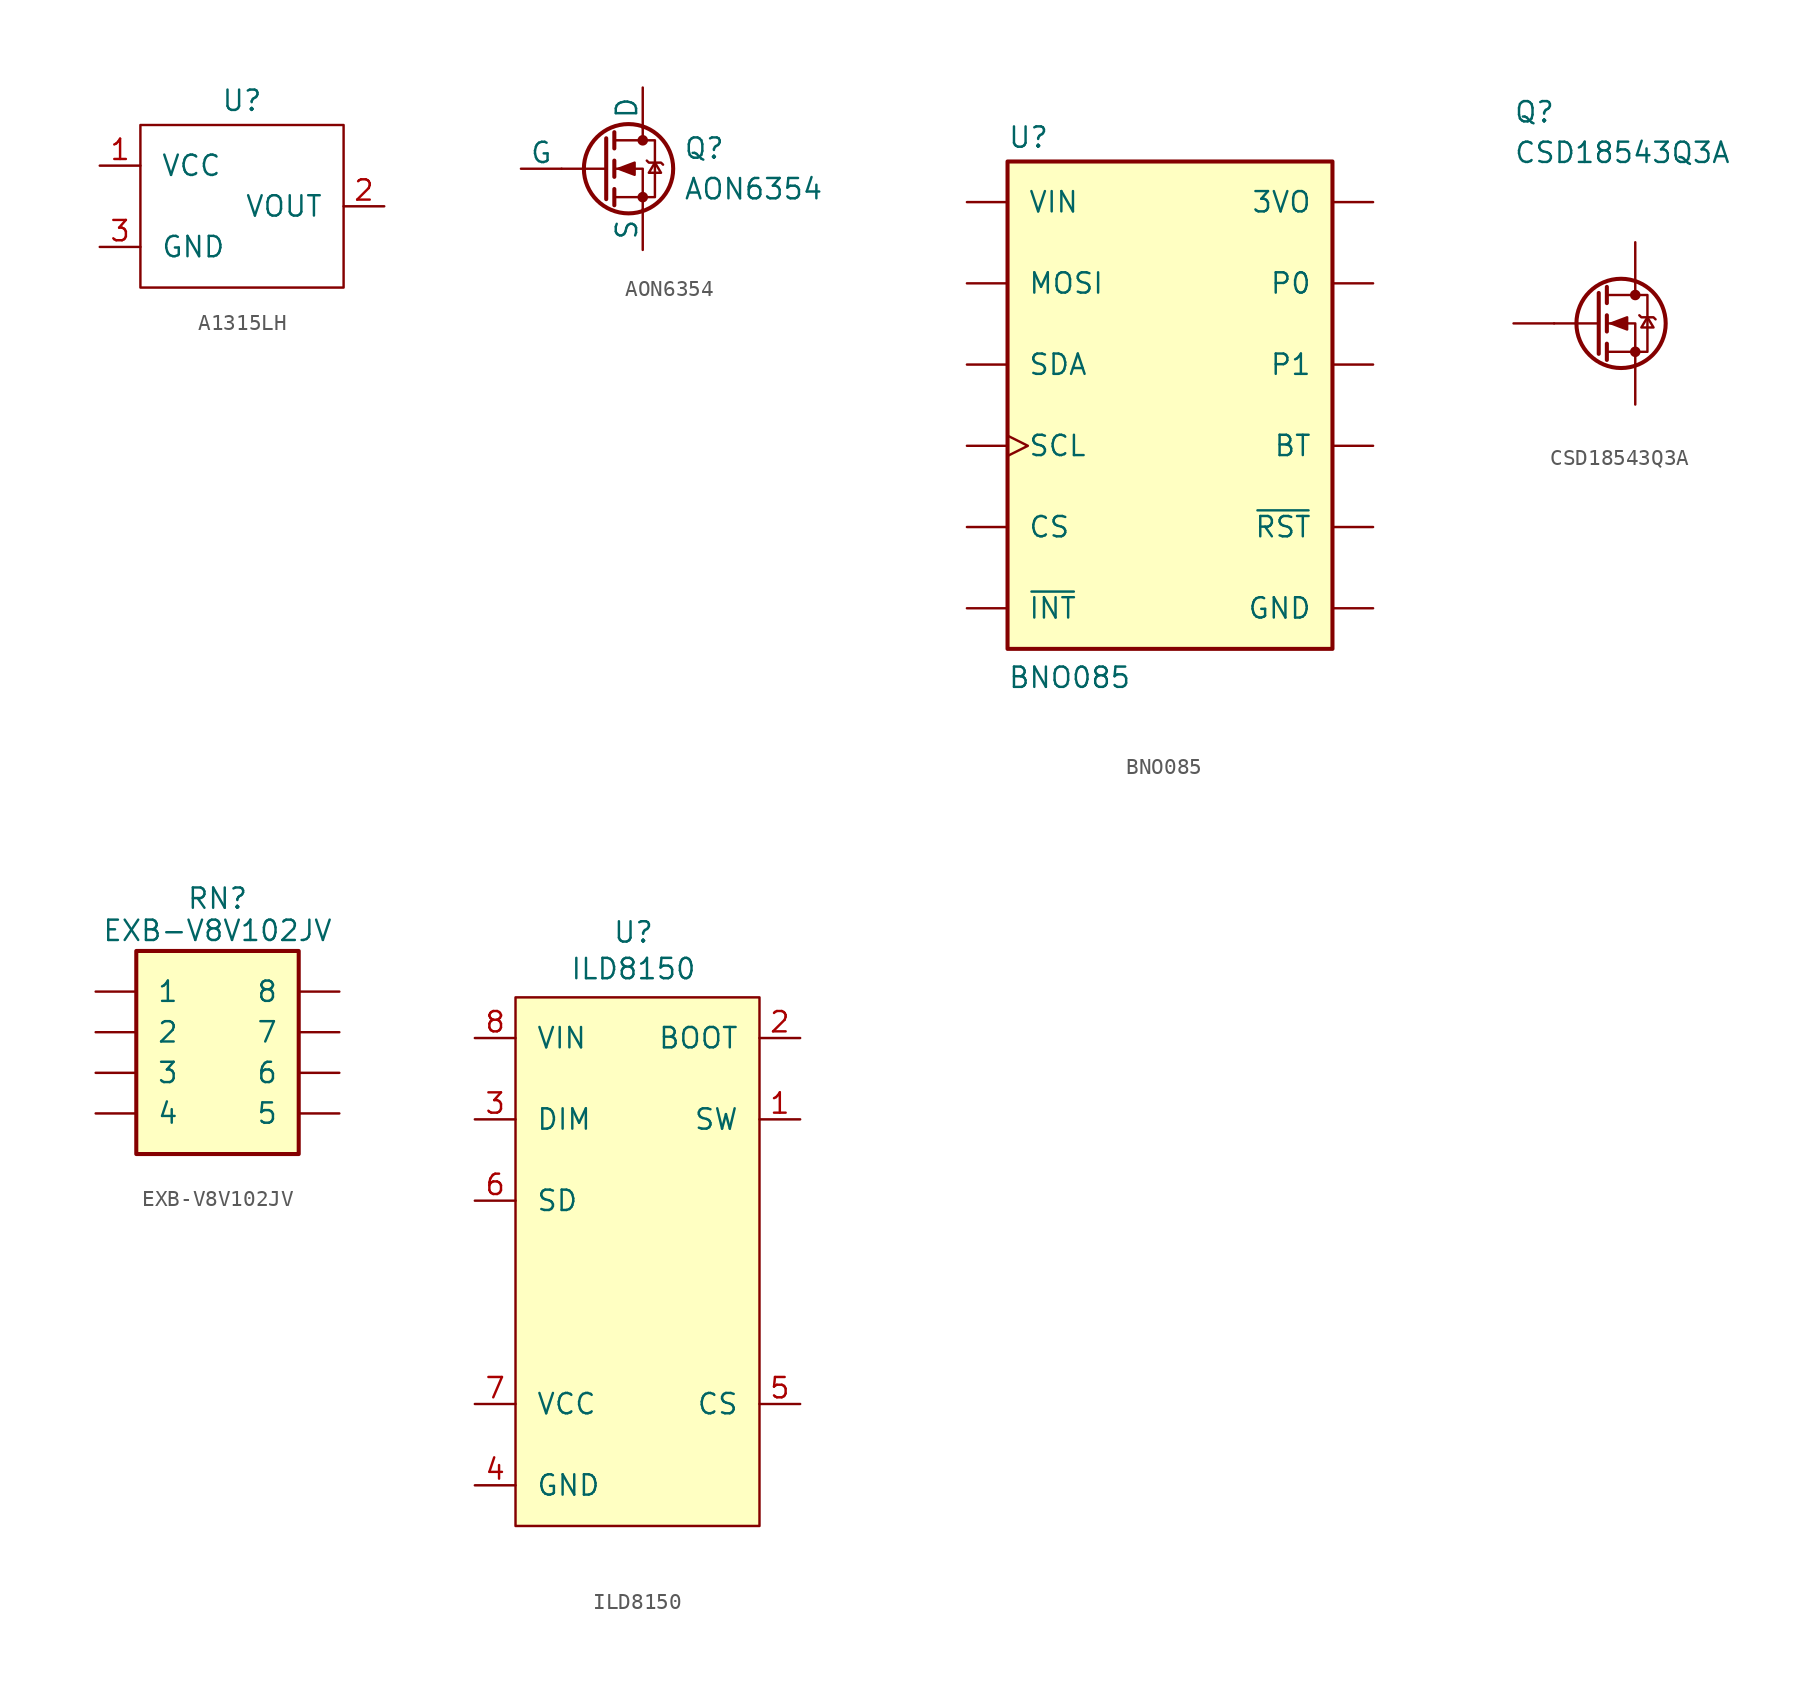
<source format=kicad_sym>
(kicad_symbol_lib
  (version 20231120)
  (generator "kicad_symbol_editor")
  (generator_version "8.0")
  (symbol "A1315LH"
    (pin_names
      (offset 1.27))
    (property "Reference" "U"
      (at 0 1.524 0)
      (effects (font (size 1.27 1.27))))
    (property "Value" ""
      (at -3.81 0 0)
      (effects (font (size 1.27 1.27))))
    (symbol "A1315LH_0_1"
      (rectangle (start -6.35 0) (end 6.35 -10.16) (stroke (width 0) (type default)) (fill (type none))))
    (symbol "A1315LH_1_1"
      (pin input line (at -8.89 -2.54 0) (length 2.54) (name "VCC" (effects (font (size 1.27 1.27)))) (number "1" (effects (font (size 1.27 1.27)))))
      (pin input line (at 8.89 -5.08 180) (length 2.54) (name "VOUT" (effects (font (size 1.27 1.27)))) (number "2" (effects (font (size 1.27 1.27)))))
      (pin input line (at -8.89 -7.62 0) (length 2.54) (name "GND" (effects (font (size 1.27 1.27)))) (number "3" (effects (font (size 1.27 1.27)))))))
  (symbol "AON6354"
    (pin_numbers hide)
    (pin_names
      (offset 0))
    (property "Reference" "Q"
      (at 10.16 1.27 0)
      (effects (font (size 1.27 1.27)) (justify left)))
    (property "Value" "AON6354"
      (at 10.16 -1.27 0)
      (effects (font (size 1.27 1.27)) (justify left)))
    (symbol "AON6354_0_1"
      (polyline (pts (xy 5.334 0) (xy 2.54 0)) (stroke (width 0) (type default)) (fill (type none)))
      (polyline (pts (xy 5.334 1.905) (xy 5.334 -1.905)) (stroke (width 0.254) (type default)) (fill (type none)))
      (polyline (pts (xy 5.842 -1.27) (xy 5.842 -2.286)) (stroke (width 0.254) (type default)) (fill (type none)))
      (polyline (pts (xy 5.842 0.508) (xy 5.842 -0.508)) (stroke (width 0.254) (type default)) (fill (type none)))
      (polyline (pts (xy 5.842 2.286) (xy 5.842 1.27)) (stroke (width 0.254) (type default)) (fill (type none)))
      (polyline (pts (xy 7.62 2.54) (xy 7.62 1.778)) (stroke (width 0) (type default)) (fill (type none)))
      (polyline (pts (xy 7.62 -2.54) (xy 7.62 0) (xy 5.842 0)) (stroke (width 0) (type default)) (fill (type none)))
      (polyline (pts (xy 5.842 -1.778) (xy 8.382 -1.778) (xy 8.382 1.778) (xy 5.842 1.778)) (stroke (width 0) (type default)) (fill (type none)))
      (polyline (pts (xy 6.096 0) (xy 7.112 0.381) (xy 7.112 -0.381) (xy 6.096 0)) (stroke (width 0) (type default)) (fill (type outline)))
      (polyline (pts (xy 7.874 0.508) (xy 8.001 0.381) (xy 8.763 0.381) (xy 8.89 0.254)) (stroke (width 0) (type default)) (fill (type none)))
      (polyline (pts (xy 8.382 0.381) (xy 8.001 -0.254) (xy 8.763 -0.254) (xy 8.382 0.381)) (stroke (width 0) (type default)) (fill (type none)))
      (circle (center 6.731 0) (radius 2.794) (stroke (width 0.254) (type default)) (fill (type none)))
      (circle (center 7.62 -1.778) (radius 0.254) (stroke (width 0) (type default)) (fill (type outline)))
      (circle (center 7.62 1.778) (radius 0.254) (stroke (width 0) (type default)) (fill (type outline))))
    (symbol "AON6354_1_1"
      (pin passive line (at 7.62 -5.08 90) (length 2.54) (name "S" (effects (font (size 1.27 1.27)))) (number "1" (effects (font (size 1.27 1.27)))))
      (pin passive line (at 7.62 -5.08 90) (length 2.54) hide (name "S" (effects (font (size 1.27 1.27)))) (number "2" (effects (font (size 1.27 1.27)))))
      (pin passive line (at 7.62 -5.08 90) (length 2.54) hide (name "S" (effects (font (size 1.27 1.27)))) (number "3" (effects (font (size 1.27 1.27)))))
      (pin input line (at 0 0 0) (length 2.54) (name "G" (effects (font (size 1.27 1.27)))) (number "4" (effects (font (size 1.27 1.27)))))
      (pin passive line (at 7.62 5.08 270) (length 2.54) (name "D" (effects (font (size 1.27 1.27)))) (number "5" (effects (font (size 1.27 1.27)))))
      (pin passive line (at 7.62 5.08 270) (length 2.54) hide (name "D" (effects (font (size 1.27 1.27)))) (number "6" (effects (font (size 1.27 1.27)))))
      (pin passive line (at 7.62 5.08 270) (length 2.54) hide (name "D" (effects (font (size 1.27 1.27)))) (number "7" (effects (font (size 1.27 1.27)))))
      (pin passive line (at 7.62 5.08 270) (length 2.54) hide (name "D" (effects (font (size 1.27 1.27)))) (number "8" (effects (font (size 1.27 1.27)))))
      (pin passive line (at 7.62 5.08 270) (length 2.54) hide (name "D" (effects (font (size 1.27 1.27)))) (number "9" (effects (font (size 1.27 1.27)))))))
  (symbol "BNO085 "
    (pin_numbers hide)
    (pin_names
      (offset 1.27))
    (property "Reference" "U"
      (at -10.16 16.002 0)
      (effects (font (size 1.27 1.27)) (justify left bottom)))
    (property "Value" "BNO085"
      (at -10.16 -17.78 0)
      (effects (font (size 1.27 1.27)) (justify left bottom)))
    (symbol "BNO085 _0_0"
      (rectangle (start -10.16 15.24) (end 10.16 -15.24) (stroke (width 0.254) (type default)) (fill (type background))))
    (symbol "BNO085 _1_0"
      (pin input line (at -12.7 12.7 0) (length 2.54) (name "VIN" (effects (font (size 1.27 1.27)))) (number "JP1_1" (effects (font (size 1.016 1.016)))))
      (pin output line (at 12.7 12.7 180) (length 2.54) (name "3VO" (effects (font (size 1.27 1.27)))) (number "JP1_2" (effects (font (size 1.27 1.27)))))
      (pin power_in line (at 12.7 -12.7 180) (length 2.54) (name "GND" (effects (font (size 1.27 1.27)))) (number "JP1_3" (effects (font (size 1.016 1.016)))))
      (pin bidirectional clock (at -12.7 -2.54 0) (length 2.54) (name "SCL" (effects (font (size 1.27 1.27)))) (number "JP1_4" (effects (font (size 1.27 1.27)))) (alternate "SCK" bidirectional clock))
      (pin bidirectional line (at -12.7 2.54 0) (length 2.54) (name "SDA" (effects (font (size 1.27 1.27)))) (number "JP1_5" (effects (font (size 1.27 1.27)))) (alternate "MISO" bidirectional line))
      (pin output line (at -12.7 -12.7 0) (length 2.54) (name "~{INT}" (effects (font (size 1.27 1.27)))) (number "JP1_6" (effects (font (size 1.27 1.27)))))
      (pin input line (at 12.7 -2.54 180) (length 2.54) (name "BT" (effects (font (size 1.27 1.27)))) (number "JP2_1" (effects (font (size 1.27 1.27)))))
      (pin bidirectional line (at 12.7 7.62 180) (length 2.54) (name "P0" (effects (font (size 1.27 1.27)))) (number "JP2_2" (effects (font (size 1.27 1.27)))))
      (pin bidirectional line (at 12.7 2.54 180) (length 2.54) (name "P1" (effects (font (size 1.27 1.27)))) (number "JP2_3" (effects (font (size 1.27 1.27)))))
      (pin input line (at 12.7 -7.62 180) (length 2.54) (name "~{RST}" (effects (font (size 1.27 1.27)))) (number "JP2_4" (effects (font (size 1.27 1.27)))))
      (pin input line (at -12.7 7.62 0) (length 2.54) (name "MOSI" (effects (font (size 1.27 1.27)))) (number "JP2_5" (effects (font (size 1.27 1.27)))))
      (pin input line (at -12.7 -7.62 0) (length 2.54) (name "CS" (effects (font (size 1.27 1.27)))) (number "JP2_6" (effects (font (size 1.27 1.27)))))))
  (symbol "CSD18543Q3A"
    (pin_numbers hide)
    (pin_names hide)
    (property "Reference" "Q"
      (at 0 8.89 0)
      (effects (font (size 1.27 1.27)) (justify left top)))
    (property "Value" "CSD18543Q3A"
      (at 0 6.35 0)
      (effects (font (size 1.27 1.27)) (justify left top)))
    (symbol "CSD18543Q3A_0_1"
      (polyline (pts (xy 5.334 -5.08) (xy 2.54 -5.08)) (stroke (width 0) (type default)) (fill (type none)))
      (polyline (pts (xy 5.334 -3.175) (xy 5.334 -6.985)) (stroke (width 0.254) (type default)) (fill (type none)))
      (polyline (pts (xy 5.842 -6.35) (xy 5.842 -7.366)) (stroke (width 0.254) (type default)) (fill (type none)))
      (polyline (pts (xy 5.842 -4.572) (xy 5.842 -5.588)) (stroke (width 0.254) (type default)) (fill (type none)))
      (polyline (pts (xy 5.842 -2.794) (xy 5.842 -3.81)) (stroke (width 0.254) (type default)) (fill (type none)))
      (polyline (pts (xy 7.62 -2.54) (xy 7.62 -3.302)) (stroke (width 0) (type default)) (fill (type none)))
      (polyline (pts (xy 7.62 -7.62) (xy 7.62 -5.08) (xy 5.842 -5.08)) (stroke (width 0) (type default)) (fill (type none)))
      (polyline (pts (xy 5.842 -6.858) (xy 8.382 -6.858) (xy 8.382 -3.302) (xy 5.842 -3.302)) (stroke (width 0) (type default)) (fill (type none)))
      (polyline (pts (xy 6.096 -5.08) (xy 7.112 -4.699) (xy 7.112 -5.461) (xy 6.096 -5.08)) (stroke (width 0) (type default)) (fill (type outline)))
      (polyline (pts (xy 7.874 -4.572) (xy 8.001 -4.699) (xy 8.763 -4.699) (xy 8.89 -4.826)) (stroke (width 0) (type default)) (fill (type none)))
      (polyline (pts (xy 8.382 -4.699) (xy 8.001 -5.334) (xy 8.763 -5.334) (xy 8.382 -4.699)) (stroke (width 0) (type default)) (fill (type none)))
      (circle (center 6.731 -5.08) (radius 2.794) (stroke (width 0.254) (type default)) (fill (type none)))
      (circle (center 7.62 -6.858) (radius 0.254) (stroke (width 0) (type default)) (fill (type outline)))
      (circle (center 7.62 -3.302) (radius 0.254) (stroke (width 0) (type default)) (fill (type outline))))
    (symbol "CSD18543Q3A_1_1"
      (pin passive line (at 7.62 -10.16 90) (length 2.54) (name "S" (effects (font (size 1.27 1.27)))) (number "1,2,3" (effects (font (size 1.27 1.27)))))
      (pin passive line (at 7.62 0 270) (length 2.54) (name "D" (effects (font (size 1.27 1.27)))) (number "1,2,3,4,5" (effects (font (size 1.27 1.27)))))
      (pin passive line (at 0 -5.08 0) (length 2.54) (name "G" (effects (font (size 1.27 1.27)))) (number "4" (effects (font (size 1.27 1.27)))))))
  (symbol "EXB-V8V102JV"
    (pin_numbers hide)
    (pin_names
      (offset 1.27))
    (property "Reference" "RN"
      (at 7.62 -2.54 0)
      (effects (font (size 1.27 1.27)) (justify bottom)))
    (property "Value" "EXB-V8V102JV"
      (at 7.62 -3.81 0)
      (effects (font (size 1.27 1.27))))
    (symbol "EXB-V8V102JV_1_1"
      (rectangle (start 2.54 -5.08) (end 12.7 -17.78) (stroke (width 0.254) (type default)) (fill (type background)))
      (pin passive line (at 0 -7.62 0) (length 2.54) (name "1" (effects (font (size 1.27 1.27)))) (number "1" (effects (font (size 1.27 1.27)))))
      (pin passive line (at 0 -10.16 0) (length 2.54) (name "2" (effects (font (size 1.27 1.27)))) (number "2" (effects (font (size 1.27 1.27)))))
      (pin passive line (at 0 -12.7 0) (length 2.54) (name "3" (effects (font (size 1.27 1.27)))) (number "3" (effects (font (size 1.27 1.27)))))
      (pin passive line (at 0 -15.24 0) (length 2.54) (name "4" (effects (font (size 1.27 1.27)))) (number "4" (effects (font (size 1.27 1.27)))))
      (pin passive line (at 15.24 -15.24 180) (length 2.54) (name "5" (effects (font (size 1.27 1.27)))) (number "5" (effects (font (size 1.27 1.27)))))
      (pin passive line (at 15.24 -12.7 180) (length 2.54) (name "6" (effects (font (size 1.27 1.27)))) (number "6" (effects (font (size 1.27 1.27)))))
      (pin passive line (at 15.24 -10.16 180) (length 2.54) (name "7" (effects (font (size 1.27 1.27)))) (number "7" (effects (font (size 1.27 1.27)))))
      (pin passive line (at 15.24 -7.62 180) (length 2.54) (name "8" (effects (font (size 1.27 1.27)))) (number "8" (effects (font (size 1.27 1.27)))))))
  (symbol "ILD8150"
    (pin_names
      (offset 1.27))
    (property "Reference" "U"
      (at -0.254 4.064 0)
      (effects (font (size 1.27 1.27))))
    (property "Value" "ILD8150"
      (at -0.254 1.778 0)
      (effects (font (size 1.27 1.27))))
    (symbol "ILD8150_1_1"
      (rectangle (start -7.62 0) (end 7.62 -33.02) (stroke (width 0) (type default)) (fill (type background)))
      (pin output line (at 10.16 -7.62 180) (length 2.54) (name "SW" (effects (font (size 1.27 1.27)))) (number "1" (effects (font (size 1.27 1.27)))))
      (pin input line (at 10.16 -2.54 180) (length 2.54) (name "BOOT" (effects (font (size 1.27 1.27)))) (number "2" (effects (font (size 1.27 1.27)))))
      (pin input line (at -10.16 -7.62 0) (length 2.54) (name "DIM" (effects (font (size 1.27 1.27)))) (number "3" (effects (font (size 1.27 1.27)))))
      (pin power_in line (at -10.16 -30.48 0) (length 2.54) (name "GND" (effects (font (size 1.27 1.27)))) (number "4" (effects (font (size 1.27 1.27)))))
      (pin input line (at 10.16 -25.4 180) (length 2.54) (name "CS" (effects (font (size 1.27 1.27)))) (number "5" (effects (font (size 1.27 1.27)))))
      (pin input line (at -10.16 -12.7 0) (length 2.54) (name "SD" (effects (font (size 1.27 1.27)))) (number "6" (effects (font (size 1.27 1.27)))))
      (pin power_out line (at -10.16 -25.4 0) (length 2.54) (name "VCC" (effects (font (size 1.27 1.27)))) (number "7" (effects (font (size 1.27 1.27)))))
      (pin power_in line (at -10.16 -2.54 0) (length 2.54) (name "VIN" (effects (font (size 1.27 1.27)))) (number "8" (effects (font (size 1.27 1.27)))))
      (pin power_in line (at -10.16 -30.48 0) (length 2.54) hide (name "EP" (effects (font (size 1.27 1.27)))) (number "9" (effects (font (size 1.27 1.27))))))))
</source>
